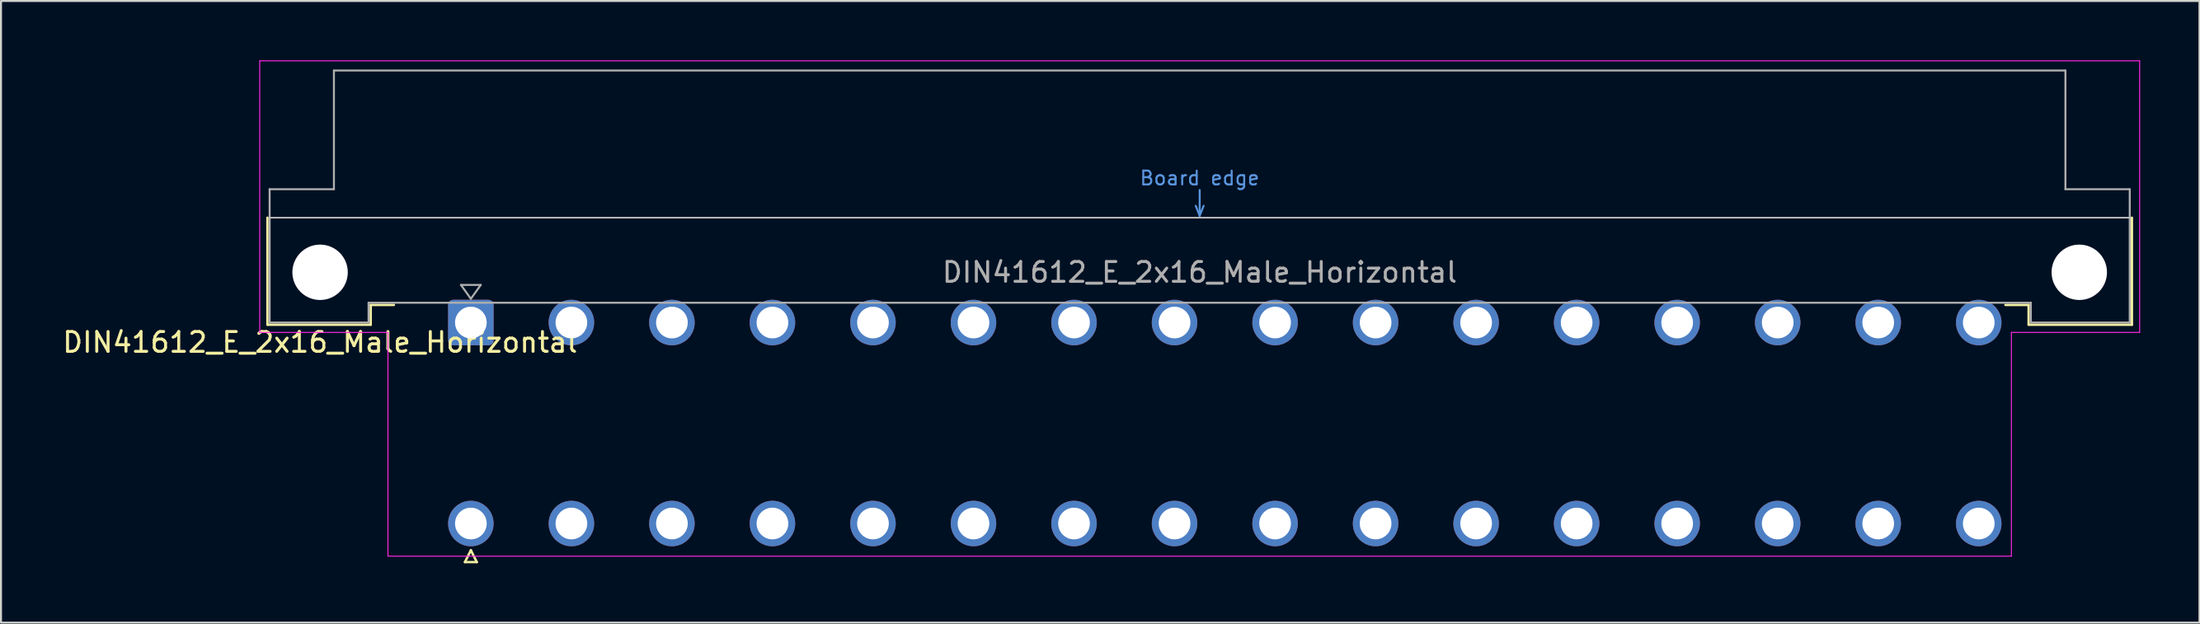
<source format=kicad_pcb>
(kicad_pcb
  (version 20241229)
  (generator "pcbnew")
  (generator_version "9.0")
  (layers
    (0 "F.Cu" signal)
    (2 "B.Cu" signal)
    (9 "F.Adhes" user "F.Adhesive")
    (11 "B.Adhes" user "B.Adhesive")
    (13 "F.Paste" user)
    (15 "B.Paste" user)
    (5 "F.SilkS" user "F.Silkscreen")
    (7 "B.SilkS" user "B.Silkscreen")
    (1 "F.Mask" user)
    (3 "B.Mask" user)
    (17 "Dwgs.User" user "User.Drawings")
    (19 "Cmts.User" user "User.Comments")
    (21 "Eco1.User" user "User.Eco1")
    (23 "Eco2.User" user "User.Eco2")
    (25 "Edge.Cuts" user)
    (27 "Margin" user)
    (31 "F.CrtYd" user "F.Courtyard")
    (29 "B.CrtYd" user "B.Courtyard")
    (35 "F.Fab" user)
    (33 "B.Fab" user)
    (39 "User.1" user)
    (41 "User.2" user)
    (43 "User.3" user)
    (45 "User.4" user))
  (footprint "DIN41612_E_2x16_Male_Horizontal"
    (layer "F.Cu")
    (at 18.205 13.255)
    (property "Reference" "DIN41612_E_2x16_Male_Horizontal" (at -5.08 1 0) (layer "F.SilkS") (effects (font (size 1 1) (thickness 0.15))))
    (attr through_hole)
    (fp_line (start -7.74 -5.3) (end -7.74 0.11) (stroke (width 0.12) (type solid)) (layer "F.SilkS"))
    (fp_line (start -7.74 0.11) (end -2.52 0.11) (stroke (width 0.12) (type solid)) (layer "F.SilkS"))
    (fp_line (start -2.52 -0.89) (end -1.35 -0.89) (stroke (width 0.12) (type solid)) (layer "F.SilkS"))
    (fp_line (start -2.52 0.11) (end -2.52 -0.89) (stroke (width 0.12) (type solid)) (layer "F.SilkS"))
    (fp_line (start 2.24 12.11) (end 2.84 12.11) (stroke (width 0.12) (type solid)) (layer "F.SilkS"))
    (fp_line (start 2.54 11.51) (end 2.24 12.11) (stroke (width 0.12) (type solid)) (layer "F.SilkS"))
    (fp_line (start 2.84 12.11) (end 2.54 11.51) (stroke (width 0.12) (type solid)) (layer "F.SilkS"))
    (fp_line (start 81.26 -0.89) (end 80.09 -0.89) (stroke (width 0.12) (type solid)) (layer "F.SilkS"))
    (fp_line (start 81.26 0.11) (end 81.26 -0.89) (stroke (width 0.12) (type solid)) (layer "F.SilkS"))
    (fp_line (start 86.48 -5.3) (end 86.48 0.11) (stroke (width 0.12) (type solid)) (layer "F.SilkS"))
    (fp_line (start 86.48 0.11) (end 81.26 0.11) (stroke (width 0.12) (type solid)) (layer "F.SilkS"))
    (fp_line (start -7.63 -5.3) (end 86.37 -5.3) (stroke (width 0.08) (type solid)) (layer "Dwgs.User"))
    (fp_line (start 39.17 -5.9) (end 39.37 -5.4) (stroke (width 0.1) (type solid)) (layer "Cmts.User"))
    (fp_line (start 39.37 -5.4) (end 39.37 -6.7) (stroke (width 0.1) (type solid)) (layer "Cmts.User"))
    (fp_line (start 39.37 -5.4) (end 39.57 -5.9) (stroke (width 0.1) (type solid)) (layer "Cmts.User"))
    (fp_line (start -8.13 -13.23) (end -8.13 0.5) (stroke (width 0.05) (type solid)) (layer "F.CrtYd"))
    (fp_line (start -8.13 0.5) (end -1.65 0.5) (stroke (width 0.05) (type solid)) (layer "F.CrtYd"))
    (fp_line (start -1.65 0.5) (end -1.65 11.81) (stroke (width 0.05) (type solid)) (layer "F.CrtYd"))
    (fp_line (start -1.65 11.81) (end 80.39 11.81) (stroke (width 0.05) (type solid)) (layer "F.CrtYd"))
    (fp_line (start 80.39 0.5) (end 86.87 0.5) (stroke (width 0.05) (type solid)) (layer "F.CrtYd"))
    (fp_line (start 80.39 11.81) (end 80.39 0.5) (stroke (width 0.05) (type solid)) (layer "F.CrtYd"))
    (fp_line (start 86.87 -13.23) (end -8.13 -13.23) (stroke (width 0.05) (type solid)) (layer "F.CrtYd"))
    (fp_line (start 86.87 0.5) (end 86.87 -13.23) (stroke (width 0.05) (type solid)) (layer "F.CrtYd"))
    (fp_line (start -7.63 -6.74) (end -7.63 0) (stroke (width 0.1) (type solid)) (layer "F.Fab"))
    (fp_line (start -7.63 0) (end -2.63 0) (stroke (width 0.1) (type solid)) (layer "F.Fab"))
    (fp_line (start -4.38 -12.74) (end -4.38 -6.74) (stroke (width 0.1) (type solid)) (layer "F.Fab"))
    (fp_line (start -4.38 -6.74) (end -7.63 -6.74) (stroke (width 0.1) (type solid)) (layer "F.Fab"))
    (fp_line (start -2.63 -1) (end 81.37 -1) (stroke (width 0.1) (type solid)) (layer "F.Fab"))
    (fp_line (start -2.63 0) (end -2.63 -1) (stroke (width 0.1) (type solid)) (layer "F.Fab"))
    (fp_line (start 2.04 -1.9) (end 3.04 -1.9) (stroke (width 0.1) (type solid)) (layer "F.Fab"))
    (fp_line (start 2.54 -1.2) (end 2.04 -1.9) (stroke (width 0.1) (type solid)) (layer "F.Fab"))
    (fp_line (start 3.04 -1.9) (end 2.54 -1.2) (stroke (width 0.1) (type solid)) (layer "F.Fab"))
    (fp_line (start 81.37 -1) (end 81.37 0) (stroke (width 0.1) (type solid)) (layer "F.Fab"))
    (fp_line (start 81.37 0) (end 86.37 0) (stroke (width 0.1) (type solid)) (layer "F.Fab"))
    (fp_line (start 83.12 -12.74) (end -4.38 -12.74) (stroke (width 0.1) (type solid)) (layer "F.Fab"))
    (fp_line (start 83.12 -6.74) (end 83.12 -12.74) (stroke (width 0.1) (type solid)) (layer "F.Fab"))
    (fp_line (start 86.37 -6.74) (end 83.12 -6.74) (stroke (width 0.1) (type solid)) (layer "F.Fab"))
    (fp_line (start 86.37 0) (end 86.37 -6.74) (stroke (width 0.1) (type solid)) (layer "F.Fab"))
    (fp_text user "Board edge" (at 39.37 -7.3 0) (layer "Cmts.User") (effects (font (size 0.7 0.7) (thickness 0.1))))
    (fp_text user "${REFERENCE}" (at 39.37 -2.54 0) (layer "F.Fab") (effects (font (size 1 1) (thickness 0.15))))
    (pad "" np_thru_hole circle (at -5.08 -2.54) (size 2.8 2.8) (drill 2.8) (layers "*.Cu" "*.Mask"))
    (pad "" np_thru_hole circle (at 83.82 -2.54) (size 2.8 2.8) (drill 2.8) (layers "*.Cu" "*.Mask"))
    (pad "a2" thru_hole roundrect (at 2.54 0) (size 2.3 2.3) (drill 1.6) (layers "*.Cu" "*.Mask") (roundrect_rratio 0.109))
    (pad "a4" thru_hole circle (at 7.62 0) (size 2.3 2.3) (drill 1.6) (layers "*.Cu" "*.Mask"))
    (pad "a6" thru_hole circle (at 12.7 0) (size 2.3 2.3) (drill 1.6) (layers "*.Cu" "*.Mask"))
    (pad "a8" thru_hole circle (at 17.78 0) (size 2.3 2.3) (drill 1.6) (layers "*.Cu" "*.Mask"))
    (pad "a10" thru_hole circle (at 22.86 0) (size 2.3 2.3) (drill 1.6) (layers "*.Cu" "*.Mask"))
    (pad "a12" thru_hole circle (at 27.94 0) (size 2.3 2.3) (drill 1.6) (layers "*.Cu" "*.Mask"))
    (pad "a14" thru_hole circle (at 33.02 0) (size 2.3 2.3) (drill 1.6) (layers "*.Cu" "*.Mask"))
    (pad "a16" thru_hole circle (at 38.1 0) (size 2.3 2.3) (drill 1.6) (layers "*.Cu" "*.Mask"))
    (pad "a18" thru_hole circle (at 43.18 0) (size 2.3 2.3) (drill 1.6) (layers "*.Cu" "*.Mask"))
    (pad "a20" thru_hole circle (at 48.26 0) (size 2.3 2.3) (drill 1.6) (layers "*.Cu" "*.Mask"))
    (pad "a22" thru_hole circle (at 53.34 0) (size 2.3 2.3) (drill 1.6) (layers "*.Cu" "*.Mask"))
    (pad "a24" thru_hole circle (at 58.42 0) (size 2.3 2.3) (drill 1.6) (layers "*.Cu" "*.Mask"))
    (pad "a26" thru_hole circle (at 63.5 0) (size 2.3 2.3) (drill 1.6) (layers "*.Cu" "*.Mask"))
    (pad "a28" thru_hole circle (at 68.58 0) (size 2.3 2.3) (drill 1.6) (layers "*.Cu" "*.Mask"))
    (pad "a30" thru_hole circle (at 73.66 0) (size 2.3 2.3) (drill 1.6) (layers "*.Cu" "*.Mask"))
    (pad "a32" thru_hole circle (at 78.74 0) (size 2.3 2.3) (drill 1.6) (layers "*.Cu" "*.Mask"))
    (pad "e2" thru_hole circle (at 2.54 10.16) (size 2.3 2.3) (drill 1.6) (layers "*.Cu" "*.Mask"))
    (pad "e4" thru_hole circle (at 7.62 10.16) (size 2.3 2.3) (drill 1.6) (layers "*.Cu" "*.Mask"))
    (pad "e6" thru_hole circle (at 12.7 10.16) (size 2.3 2.3) (drill 1.6) (layers "*.Cu" "*.Mask"))
    (pad "e8" thru_hole circle (at 17.78 10.16) (size 2.3 2.3) (drill 1.6) (layers "*.Cu" "*.Mask"))
    (pad "e10" thru_hole circle (at 22.86 10.16) (size 2.3 2.3) (drill 1.6) (layers "*.Cu" "*.Mask"))
    (pad "e12" thru_hole circle (at 27.94 10.16) (size 2.3 2.3) (drill 1.6) (layers "*.Cu" "*.Mask"))
    (pad "e14" thru_hole circle (at 33.02 10.16) (size 2.3 2.3) (drill 1.6) (layers "*.Cu" "*.Mask"))
    (pad "e16" thru_hole circle (at 38.1 10.16) (size 2.3 2.3) (drill 1.6) (layers "*.Cu" "*.Mask"))
    (pad "e18" thru_hole circle (at 43.18 10.16) (size 2.3 2.3) (drill 1.6) (layers "*.Cu" "*.Mask"))
    (pad "e20" thru_hole circle (at 48.26 10.16) (size 2.3 2.3) (drill 1.6) (layers "*.Cu" "*.Mask"))
    (pad "e22" thru_hole circle (at 53.34 10.16) (size 2.3 2.3) (drill 1.6) (layers "*.Cu" "*.Mask"))
    (pad "e24" thru_hole circle (at 58.42 10.16) (size 2.3 2.3) (drill 1.6) (layers "*.Cu" "*.Mask"))
    (pad "e26" thru_hole circle (at 63.5 10.16) (size 2.3 2.3) (drill 1.6) (layers "*.Cu" "*.Mask"))
    (pad "e28" thru_hole circle (at 68.58 10.16) (size 2.3 2.3) (drill 1.6) (layers "*.Cu" "*.Mask"))
    (pad "e30" thru_hole circle (at 73.66 10.16) (size 2.3 2.3) (drill 1.6) (layers "*.Cu" "*.Mask"))
    (pad "e32" thru_hole circle (at 78.74 10.16) (size 2.3 2.3) (drill 1.6) (layers "*.Cu" "*.Mask")))
  (gr_rect
    (start -3 -3)
    (end 108.1 28.425)
    (stroke (width 0.1) (type default))
    (fill no)
    (layer "Edge.Cuts")))
</source>
